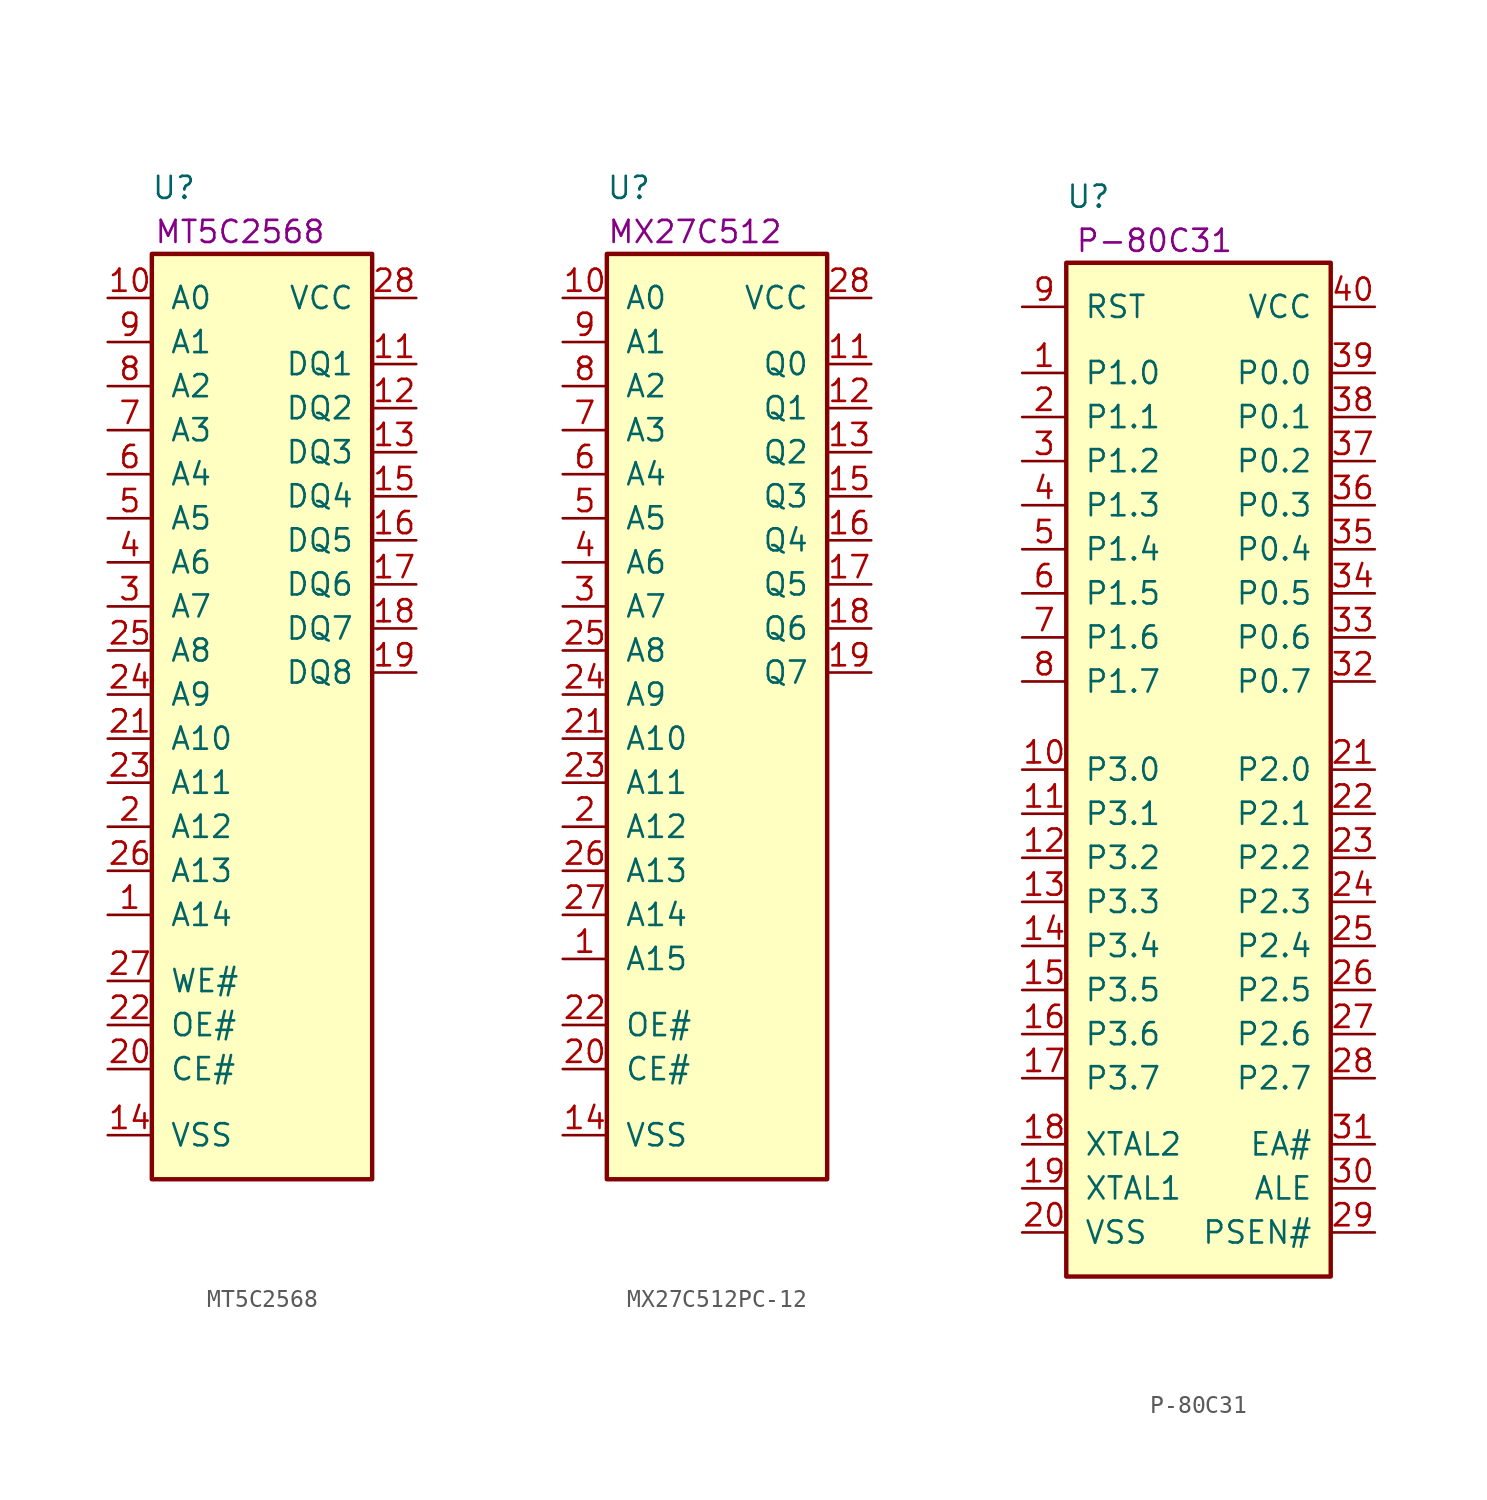
<source format=kicad_sym>
(kicad_symbol_lib
  (version 20211014)
  (generator kicad_symbol_editor)
  (symbol "MT5C2568"
    (pin_names
      (offset 1.016))
    (property "Reference" "U"
      (at 1.27 3.81 0)
      (effects (font (size 1.27 1.27))))
    (property "Comment" "MT5C2568"
      (at 5.08 1.27 0)
      (effects (font (size 1.27 1.27))))
    (symbol "MT5C2568_0_1"
      (rectangle (start 0 0) (end 12.7 -53.34) (stroke (width 0.254) (type default) (color 0 0 0 0)) (fill (type background))))
    (symbol "MT5C2568_1_1"
      (pin input line (at -2.54 -38.1 0) (length 2.54) (name "A14" (effects (font (size 1.27 1.27)))) (number "1" (effects (font (size 1.27 1.27)))))
      (pin input line (at -2.54 -2.54 0) (length 2.54) (name "A0" (effects (font (size 1.27 1.27)))) (number "10" (effects (font (size 1.27 1.27)))))
      (pin bidirectional line (at 15.24 -6.35 180) (length 2.54) (name "DQ1" (effects (font (size 1.27 1.27)))) (number "11" (effects (font (size 1.27 1.27)))))
      (pin bidirectional line (at 15.24 -8.89 180) (length 2.54) (name "DQ2" (effects (font (size 1.27 1.27)))) (number "12" (effects (font (size 1.27 1.27)))))
      (pin bidirectional line (at 15.24 -11.43 180) (length 2.54) (name "DQ3" (effects (font (size 1.27 1.27)))) (number "13" (effects (font (size 1.27 1.27)))))
      (pin power_in line (at -2.54 -50.8 0) (length 2.54) (name "VSS" (effects (font (size 1.27 1.27)))) (number "14" (effects (font (size 1.27 1.27)))))
      (pin bidirectional line (at 15.24 -13.97 180) (length 2.54) (name "DQ4" (effects (font (size 1.27 1.27)))) (number "15" (effects (font (size 1.27 1.27)))))
      (pin bidirectional line (at 15.24 -16.51 180) (length 2.54) (name "DQ5" (effects (font (size 1.27 1.27)))) (number "16" (effects (font (size 1.27 1.27)))))
      (pin bidirectional line (at 15.24 -19.05 180) (length 2.54) (name "DQ6" (effects (font (size 1.27 1.27)))) (number "17" (effects (font (size 1.27 1.27)))))
      (pin bidirectional line (at 15.24 -21.59 180) (length 2.54) (name "DQ7" (effects (font (size 1.27 1.27)))) (number "18" (effects (font (size 1.27 1.27)))))
      (pin bidirectional line (at 15.24 -24.13 180) (length 2.54) (name "DQ8" (effects (font (size 1.27 1.27)))) (number "19" (effects (font (size 1.27 1.27)))))
      (pin input line (at -2.54 -33.02 0) (length 2.54) (name "A12" (effects (font (size 1.27 1.27)))) (number "2" (effects (font (size 1.27 1.27)))))
      (pin input line (at -2.54 -46.99 0) (length 2.54) (name "CE#" (effects (font (size 1.27 1.27)))) (number "20" (effects (font (size 1.27 1.27)))))
      (pin input line (at -2.54 -27.94 0) (length 2.54) (name "A10" (effects (font (size 1.27 1.27)))) (number "21" (effects (font (size 1.27 1.27)))))
      (pin input line (at -2.54 -44.45 0) (length 2.54) (name "OE#" (effects (font (size 1.27 1.27)))) (number "22" (effects (font (size 1.27 1.27)))))
      (pin input line (at -2.54 -30.48 0) (length 2.54) (name "A11" (effects (font (size 1.27 1.27)))) (number "23" (effects (font (size 1.27 1.27)))))
      (pin input line (at -2.54 -25.4 0) (length 2.54) (name "A9" (effects (font (size 1.27 1.27)))) (number "24" (effects (font (size 1.27 1.27)))))
      (pin input line (at -2.54 -22.86 0) (length 2.54) (name "A8" (effects (font (size 1.27 1.27)))) (number "25" (effects (font (size 1.27 1.27)))))
      (pin input line (at -2.54 -35.56 0) (length 2.54) (name "A13" (effects (font (size 1.27 1.27)))) (number "26" (effects (font (size 1.27 1.27)))))
      (pin input line (at -2.54 -41.91 0) (length 2.54) (name "WE#" (effects (font (size 1.27 1.27)))) (number "27" (effects (font (size 1.27 1.27)))))
      (pin power_in line (at 15.24 -2.54 180) (length 2.54) (name "VCC" (effects (font (size 1.27 1.27)))) (number "28" (effects (font (size 1.27 1.27)))))
      (pin input line (at -2.54 -20.32 0) (length 2.54) (name "A7" (effects (font (size 1.27 1.27)))) (number "3" (effects (font (size 1.27 1.27)))))
      (pin input line (at -2.54 -17.78 0) (length 2.54) (name "A6" (effects (font (size 1.27 1.27)))) (number "4" (effects (font (size 1.27 1.27)))))
      (pin input line (at -2.54 -15.24 0) (length 2.54) (name "A5" (effects (font (size 1.27 1.27)))) (number "5" (effects (font (size 1.27 1.27)))))
      (pin input line (at -2.54 -12.7 0) (length 2.54) (name "A4" (effects (font (size 1.27 1.27)))) (number "6" (effects (font (size 1.27 1.27)))))
      (pin input line (at -2.54 -10.16 0) (length 2.54) (name "A3" (effects (font (size 1.27 1.27)))) (number "7" (effects (font (size 1.27 1.27)))))
      (pin input line (at -2.54 -7.62 0) (length 2.54) (name "A2" (effects (font (size 1.27 1.27)))) (number "8" (effects (font (size 1.27 1.27)))))
      (pin input line (at -2.54 -5.08 0) (length 2.54) (name "A1" (effects (font (size 1.27 1.27)))) (number "9" (effects (font (size 1.27 1.27)))))))
  (symbol "MX27C512PC-12"
    (pin_names
      (offset 1.016))
    (property "Reference" "U"
      (at 1.27 3.81 0)
      (effects (font (size 1.27 1.27))))
    (property "Comment" "MX27C512"
      (at 5.08 1.27 0)
      (effects (font (size 1.27 1.27))))
    (symbol "MX27C512PC-12_0_1"
      (rectangle (start 0 0) (end 12.7 -53.34) (stroke (width 0.254) (type default) (color 0 0 0 0)) (fill (type background))))
    (symbol "MX27C512PC-12_1_1"
      (pin input line (at -2.54 -40.64 0) (length 2.54) (name "A15" (effects (font (size 1.27 1.27)))) (number "1" (effects (font (size 1.27 1.27)))))
      (pin input line (at -2.54 -2.54 0) (length 2.54) (name "A0" (effects (font (size 1.27 1.27)))) (number "10" (effects (font (size 1.27 1.27)))))
      (pin bidirectional line (at 15.24 -6.35 180) (length 2.54) (name "Q0" (effects (font (size 1.27 1.27)))) (number "11" (effects (font (size 1.27 1.27)))))
      (pin bidirectional line (at 15.24 -8.89 180) (length 2.54) (name "Q1" (effects (font (size 1.27 1.27)))) (number "12" (effects (font (size 1.27 1.27)))))
      (pin bidirectional line (at 15.24 -11.43 180) (length 2.54) (name "Q2" (effects (font (size 1.27 1.27)))) (number "13" (effects (font (size 1.27 1.27)))))
      (pin power_in line (at -2.54 -50.8 0) (length 2.54) (name "VSS" (effects (font (size 1.27 1.27)))) (number "14" (effects (font (size 1.27 1.27)))))
      (pin bidirectional line (at 15.24 -13.97 180) (length 2.54) (name "Q3" (effects (font (size 1.27 1.27)))) (number "15" (effects (font (size 1.27 1.27)))))
      (pin bidirectional line (at 15.24 -16.51 180) (length 2.54) (name "Q4" (effects (font (size 1.27 1.27)))) (number "16" (effects (font (size 1.27 1.27)))))
      (pin bidirectional line (at 15.24 -19.05 180) (length 2.54) (name "Q5" (effects (font (size 1.27 1.27)))) (number "17" (effects (font (size 1.27 1.27)))))
      (pin bidirectional line (at 15.24 -21.59 180) (length 2.54) (name "Q6" (effects (font (size 1.27 1.27)))) (number "18" (effects (font (size 1.27 1.27)))))
      (pin bidirectional line (at 15.24 -24.13 180) (length 2.54) (name "Q7" (effects (font (size 1.27 1.27)))) (number "19" (effects (font (size 1.27 1.27)))))
      (pin input line (at -2.54 -33.02 0) (length 2.54) (name "A12" (effects (font (size 1.27 1.27)))) (number "2" (effects (font (size 1.27 1.27)))))
      (pin input line (at -2.54 -46.99 0) (length 2.54) (name "CE#" (effects (font (size 1.27 1.27)))) (number "20" (effects (font (size 1.27 1.27)))))
      (pin input line (at -2.54 -27.94 0) (length 2.54) (name "A10" (effects (font (size 1.27 1.27)))) (number "21" (effects (font (size 1.27 1.27)))))
      (pin input line (at -2.54 -44.45 0) (length 2.54) (name "OE#" (effects (font (size 1.27 1.27)))) (number "22" (effects (font (size 1.27 1.27)))))
      (pin input line (at -2.54 -30.48 0) (length 2.54) (name "A11" (effects (font (size 1.27 1.27)))) (number "23" (effects (font (size 1.27 1.27)))))
      (pin input line (at -2.54 -25.4 0) (length 2.54) (name "A9" (effects (font (size 1.27 1.27)))) (number "24" (effects (font (size 1.27 1.27)))))
      (pin input line (at -2.54 -22.86 0) (length 2.54) (name "A8" (effects (font (size 1.27 1.27)))) (number "25" (effects (font (size 1.27 1.27)))))
      (pin input line (at -2.54 -35.56 0) (length 2.54) (name "A13" (effects (font (size 1.27 1.27)))) (number "26" (effects (font (size 1.27 1.27)))))
      (pin input line (at -2.54 -38.1 0) (length 2.54) (name "A14" (effects (font (size 1.27 1.27)))) (number "27" (effects (font (size 1.27 1.27)))))
      (pin power_in line (at 15.24 -2.54 180) (length 2.54) (name "VCC" (effects (font (size 1.27 1.27)))) (number "28" (effects (font (size 1.27 1.27)))))
      (pin input line (at -2.54 -20.32 0) (length 2.54) (name "A7" (effects (font (size 1.27 1.27)))) (number "3" (effects (font (size 1.27 1.27)))))
      (pin input line (at -2.54 -17.78 0) (length 2.54) (name "A6" (effects (font (size 1.27 1.27)))) (number "4" (effects (font (size 1.27 1.27)))))
      (pin input line (at -2.54 -15.24 0) (length 2.54) (name "A5" (effects (font (size 1.27 1.27)))) (number "5" (effects (font (size 1.27 1.27)))))
      (pin input line (at -2.54 -12.7 0) (length 2.54) (name "A4" (effects (font (size 1.27 1.27)))) (number "6" (effects (font (size 1.27 1.27)))))
      (pin input line (at -2.54 -10.16 0) (length 2.54) (name "A3" (effects (font (size 1.27 1.27)))) (number "7" (effects (font (size 1.27 1.27)))))
      (pin input line (at -2.54 -7.62 0) (length 2.54) (name "A2" (effects (font (size 1.27 1.27)))) (number "8" (effects (font (size 1.27 1.27)))))
      (pin input line (at -2.54 -5.08 0) (length 2.54) (name "A1" (effects (font (size 1.27 1.27)))) (number "9" (effects (font (size 1.27 1.27)))))))
  (symbol "P-80C31"
    (pin_names
      (offset 1.016))
    (property "Reference" "U"
      (at 1.27 3.81 0)
      (effects (font (size 1.27 1.27))))
    (property "Comment" "P-80C31"
      (at 5.08 1.27 0)
      (effects (font (size 1.27 1.27))))
    (symbol "P-80C31_1_1"
      (rectangle (start 0 0) (end 15.24 -58.42) (stroke (width 0.254) (type default) (color 0 0 0 0)) (fill (type background)))
      (pin bidirectional line (at -2.54 -6.35 0) (length 2.54) (name "P1.0" (effects (font (size 1.27 1.27)))) (number "1" (effects (font (size 1.27 1.27)))))
      (pin bidirectional line (at -2.54 -29.21 0) (length 2.54) (name "P3.0" (effects (font (size 1.27 1.27)))) (number "10" (effects (font (size 1.27 1.27)))))
      (pin bidirectional line (at -2.54 -31.75 0) (length 2.54) (name "P3.1" (effects (font (size 1.27 1.27)))) (number "11" (effects (font (size 1.27 1.27)))))
      (pin bidirectional line (at -2.54 -34.29 0) (length 2.54) (name "P3.2" (effects (font (size 1.27 1.27)))) (number "12" (effects (font (size 1.27 1.27)))))
      (pin bidirectional line (at -2.54 -36.83 0) (length 2.54) (name "P3.3" (effects (font (size 1.27 1.27)))) (number "13" (effects (font (size 1.27 1.27)))))
      (pin bidirectional line (at -2.54 -39.37 0) (length 2.54) (name "P3.4" (effects (font (size 1.27 1.27)))) (number "14" (effects (font (size 1.27 1.27)))))
      (pin bidirectional line (at -2.54 -41.91 0) (length 2.54) (name "P3.5" (effects (font (size 1.27 1.27)))) (number "15" (effects (font (size 1.27 1.27)))))
      (pin bidirectional line (at -2.54 -44.45 0) (length 2.54) (name "P3.6" (effects (font (size 1.27 1.27)))) (number "16" (effects (font (size 1.27 1.27)))))
      (pin bidirectional line (at -2.54 -46.99 0) (length 2.54) (name "P3.7" (effects (font (size 1.27 1.27)))) (number "17" (effects (font (size 1.27 1.27)))))
      (pin output line (at -2.54 -50.8 0) (length 2.54) (name "XTAL2" (effects (font (size 1.27 1.27)))) (number "18" (effects (font (size 1.27 1.27)))))
      (pin input line (at -2.54 -53.34 0) (length 2.54) (name "XTAL1" (effects (font (size 1.27 1.27)))) (number "19" (effects (font (size 1.27 1.27)))))
      (pin bidirectional line (at -2.54 -8.89 0) (length 2.54) (name "P1.1" (effects (font (size 1.27 1.27)))) (number "2" (effects (font (size 1.27 1.27)))))
      (pin power_in line (at -2.54 -55.88 0) (length 2.54) (name "VSS" (effects (font (size 1.27 1.27)))) (number "20" (effects (font (size 1.27 1.27)))))
      (pin bidirectional line (at 17.78 -29.21 180) (length 2.54) (name "P2.0" (effects (font (size 1.27 1.27)))) (number "21" (effects (font (size 1.27 1.27)))))
      (pin bidirectional line (at 17.78 -31.75 180) (length 2.54) (name "P2.1" (effects (font (size 1.27 1.27)))) (number "22" (effects (font (size 1.27 1.27)))))
      (pin bidirectional line (at 17.78 -34.29 180) (length 2.54) (name "P2.2" (effects (font (size 1.27 1.27)))) (number "23" (effects (font (size 1.27 1.27)))))
      (pin bidirectional line (at 17.78 -36.83 180) (length 2.54) (name "P2.3" (effects (font (size 1.27 1.27)))) (number "24" (effects (font (size 1.27 1.27)))))
      (pin bidirectional line (at 17.78 -39.37 180) (length 2.54) (name "P2.4" (effects (font (size 1.27 1.27)))) (number "25" (effects (font (size 1.27 1.27)))))
      (pin bidirectional line (at 17.78 -41.91 180) (length 2.54) (name "P2.5" (effects (font (size 1.27 1.27)))) (number "26" (effects (font (size 1.27 1.27)))))
      (pin bidirectional line (at 17.78 -44.45 180) (length 2.54) (name "P2.6" (effects (font (size 1.27 1.27)))) (number "27" (effects (font (size 1.27 1.27)))))
      (pin bidirectional line (at 17.78 -46.99 180) (length 2.54) (name "P2.7" (effects (font (size 1.27 1.27)))) (number "28" (effects (font (size 1.27 1.27)))))
      (pin output line (at 17.78 -55.88 180) (length 2.54) (name "PSEN#" (effects (font (size 1.27 1.27)))) (number "29" (effects (font (size 1.27 1.27)))))
      (pin bidirectional line (at -2.54 -11.43 0) (length 2.54) (name "P1.2" (effects (font (size 1.27 1.27)))) (number "3" (effects (font (size 1.27 1.27)))))
      (pin output line (at 17.78 -53.34 180) (length 2.54) (name "ALE" (effects (font (size 1.27 1.27)))) (number "30" (effects (font (size 1.27 1.27)))))
      (pin output line (at 17.78 -50.8 180) (length 2.54) (name "EA#" (effects (font (size 1.27 1.27)))) (number "31" (effects (font (size 1.27 1.27)))))
      (pin bidirectional line (at 17.78 -24.13 180) (length 2.54) (name "P0.7" (effects (font (size 1.27 1.27)))) (number "32" (effects (font (size 1.27 1.27)))))
      (pin bidirectional line (at 17.78 -21.59 180) (length 2.54) (name "P0.6" (effects (font (size 1.27 1.27)))) (number "33" (effects (font (size 1.27 1.27)))))
      (pin bidirectional line (at 17.78 -19.05 180) (length 2.54) (name "P0.5" (effects (font (size 1.27 1.27)))) (number "34" (effects (font (size 1.27 1.27)))))
      (pin bidirectional line (at 17.78 -16.51 180) (length 2.54) (name "P0.4" (effects (font (size 1.27 1.27)))) (number "35" (effects (font (size 1.27 1.27)))))
      (pin bidirectional line (at 17.78 -13.97 180) (length 2.54) (name "P0.3" (effects (font (size 1.27 1.27)))) (number "36" (effects (font (size 1.27 1.27)))))
      (pin bidirectional line (at 17.78 -11.43 180) (length 2.54) (name "P0.2" (effects (font (size 1.27 1.27)))) (number "37" (effects (font (size 1.27 1.27)))))
      (pin bidirectional line (at 17.78 -8.89 180) (length 2.54) (name "P0.1" (effects (font (size 1.27 1.27)))) (number "38" (effects (font (size 1.27 1.27)))))
      (pin bidirectional line (at 17.78 -6.35 180) (length 2.54) (name "P0.0" (effects (font (size 1.27 1.27)))) (number "39" (effects (font (size 1.27 1.27)))))
      (pin bidirectional line (at -2.54 -13.97 0) (length 2.54) (name "P1.3" (effects (font (size 1.27 1.27)))) (number "4" (effects (font (size 1.27 1.27)))))
      (pin power_in line (at 17.78 -2.54 180) (length 2.54) (name "VCC" (effects (font (size 1.27 1.27)))) (number "40" (effects (font (size 1.27 1.27)))))
      (pin bidirectional line (at -2.54 -16.51 0) (length 2.54) (name "P1.4" (effects (font (size 1.27 1.27)))) (number "5" (effects (font (size 1.27 1.27)))))
      (pin bidirectional line (at -2.54 -19.05 0) (length 2.54) (name "P1.5" (effects (font (size 1.27 1.27)))) (number "6" (effects (font (size 1.27 1.27)))))
      (pin bidirectional line (at -2.54 -21.59 0) (length 2.54) (name "P1.6" (effects (font (size 1.27 1.27)))) (number "7" (effects (font (size 1.27 1.27)))))
      (pin bidirectional line (at -2.54 -24.13 0) (length 2.54) (name "P1.7" (effects (font (size 1.27 1.27)))) (number "8" (effects (font (size 1.27 1.27)))))
      (pin input line (at -2.54 -2.54 0) (length 2.54) (name "RST" (effects (font (size 1.27 1.27)))) (number "9" (effects (font (size 1.27 1.27))))))))
</source>
